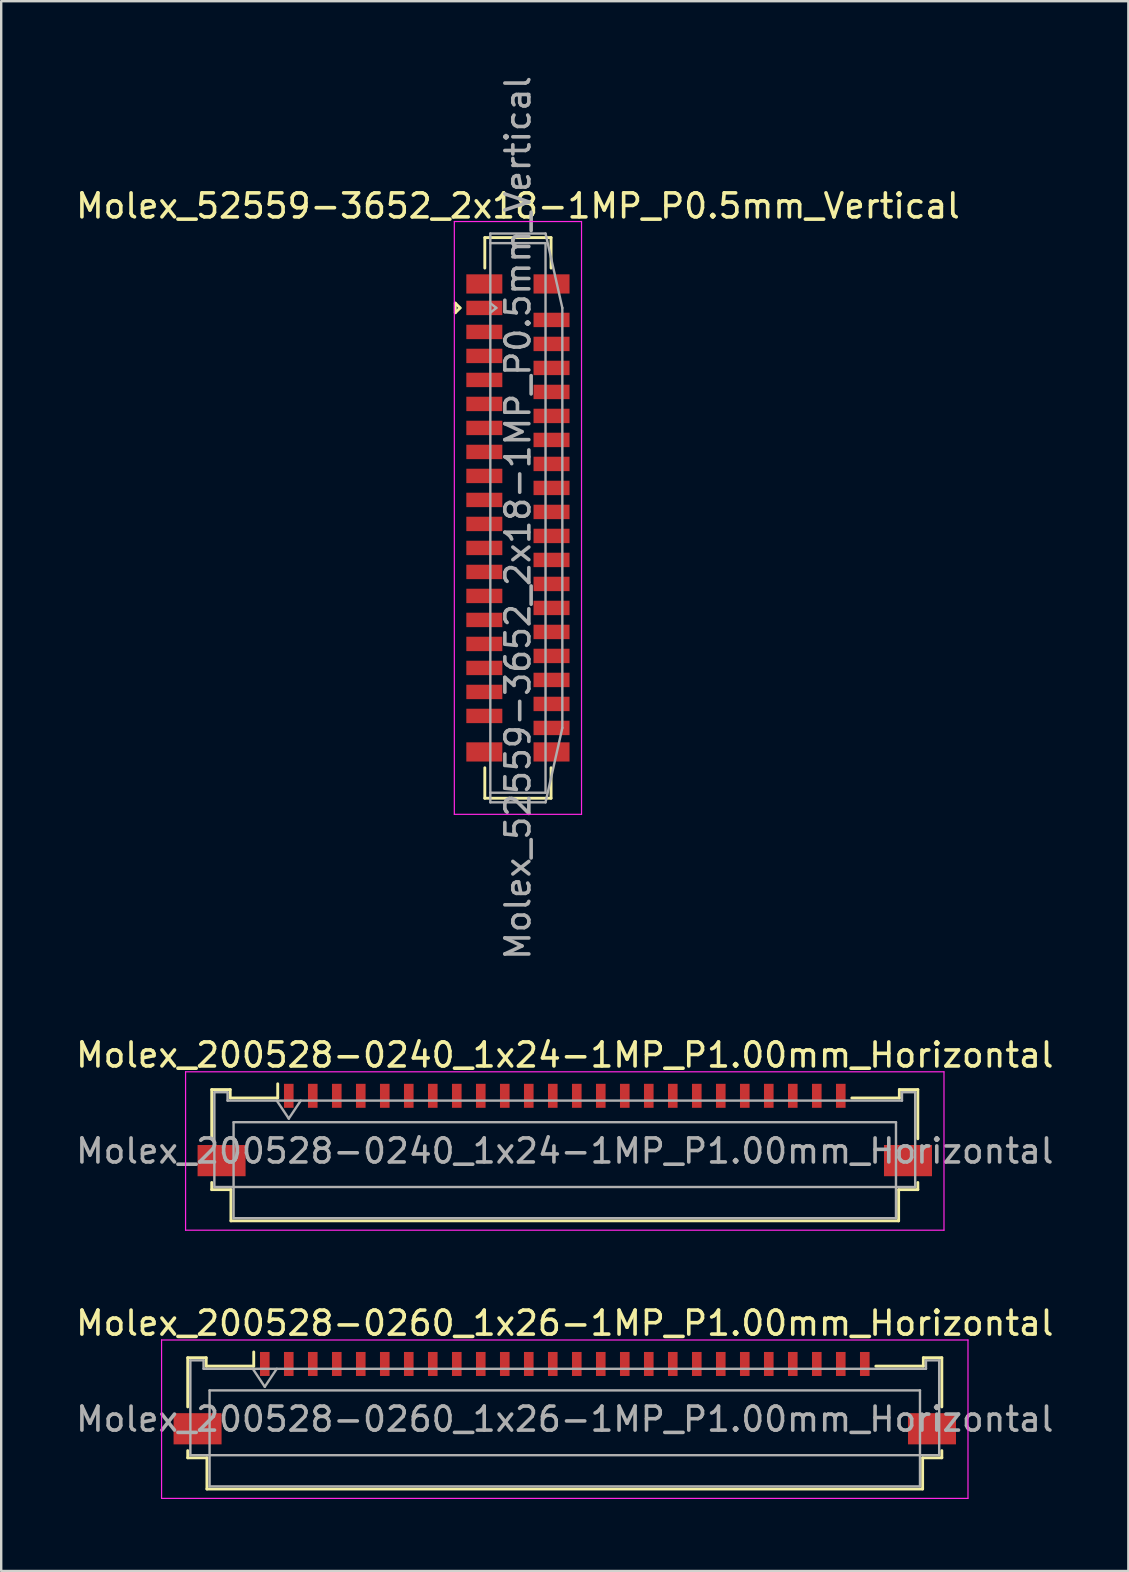
<source format=kicad_pcb>
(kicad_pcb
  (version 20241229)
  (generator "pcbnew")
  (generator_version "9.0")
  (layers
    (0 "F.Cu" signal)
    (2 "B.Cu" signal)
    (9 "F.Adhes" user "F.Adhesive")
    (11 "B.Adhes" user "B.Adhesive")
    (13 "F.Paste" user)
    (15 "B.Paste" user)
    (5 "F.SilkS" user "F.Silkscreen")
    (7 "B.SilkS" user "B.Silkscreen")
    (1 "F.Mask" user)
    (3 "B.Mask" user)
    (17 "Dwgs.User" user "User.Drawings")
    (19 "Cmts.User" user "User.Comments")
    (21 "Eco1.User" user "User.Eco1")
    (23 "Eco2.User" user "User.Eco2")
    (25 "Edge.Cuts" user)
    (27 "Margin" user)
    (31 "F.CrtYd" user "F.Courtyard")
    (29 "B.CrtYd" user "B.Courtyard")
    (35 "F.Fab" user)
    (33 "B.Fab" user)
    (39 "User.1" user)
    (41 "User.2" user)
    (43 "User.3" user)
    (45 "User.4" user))
  (footprint "Molex_52559-3652_2x18-1MP_P0.5mm_Vertical"
    (layer "F.Cu")
    (at 18.53 18.53)
    (property "Reference" "Molex_52559-3652_2x18-1MP_P0.5mm_Vertical" (at 0 -13 0) (layer "F.SilkS") (effects (font (size 1 1) (thickness 0.15))))
    (attr smd)
    (fp_line (start -2.61 -8.55) (end -2.61 -8.95) (stroke (width 0.12) (type solid)) (layer "F.SilkS"))
    (fp_line (start -2.41 -8.75) (end -2.61 -8.95) (stroke (width 0.12) (type solid)) (layer "F.SilkS"))
    (fp_line (start -2.41 -8.75) (end -2.61 -8.55) (stroke (width 0.12) (type solid)) (layer "F.SilkS"))
    (fp_line (start -1.38 -11.68) (end -1.38 -10.41) (stroke (width 0.12) (type solid)) (layer "F.SilkS"))
    (fp_line (start -1.38 11.68) (end -1.38 10.41) (stroke (width 0.12) (type solid)) (layer "F.SilkS"))
    (fp_line (start 1.38 -11.68) (end -1.38 -11.68) (stroke (width 0.12) (type solid)) (layer "F.SilkS"))
    (fp_line (start 1.38 -10.41) (end 1.38 -11.68) (stroke (width 0.12) (type solid)) (layer "F.SilkS"))
    (fp_line (start 1.38 11.68) (end -1.38 11.68) (stroke (width 0.12) (type solid)) (layer "F.SilkS"))
    (fp_line (start 1.38 11.68) (end 1.38 10.41) (stroke (width 0.12) (type solid)) (layer "F.SilkS"))
    (fp_line (start -2.65 -12.35) (end 2.65 -12.35) (stroke (width 0.05) (type solid)) (layer "F.CrtYd"))
    (fp_line (start -2.65 12.35) (end -2.65 -12.35) (stroke (width 0.05) (type solid)) (layer "F.CrtYd"))
    (fp_line (start 2.65 -12.35) (end 2.65 12.35) (stroke (width 0.05) (type solid)) (layer "F.CrtYd"))
    (fp_line (start 2.65 12.35) (end -2.65 12.35) (stroke (width 0.05) (type solid)) (layer "F.CrtYd"))
    (fp_line (start -1.15 -11.85) (end 1.15 -11.85) (stroke (width 0.1) (type solid)) (layer "F.Fab"))
    (fp_line (start -1.15 -11.45) (end 1.15 -11.45) (stroke (width 0.1) (type solid)) (layer "F.Fab"))
    (fp_line (start -1.15 -8.95) (end -0.9 -8.75) (stroke (width 0.1) (type solid)) (layer "F.Fab"))
    (fp_line (start -1.15 11.85) (end -1.15 -11.85) (stroke (width 0.1) (type solid)) (layer "F.Fab"))
    (fp_line (start -0.9 -8.75) (end -1.15 -8.55) (stroke (width 0.1) (type solid)) (layer "F.Fab"))
    (fp_line (start 1.15 -11.85) (end 1.85 -8.75) (stroke (width 0.1) (type solid)) (layer "F.Fab"))
    (fp_line (start 1.15 -11.45) (end 1.15 11.45) (stroke (width 0.1) (type solid)) (layer "F.Fab"))
    (fp_line (start 1.15 11.45) (end -1.15 11.45) (stroke (width 0.1) (type solid)) (layer "F.Fab"))
    (fp_line (start 1.15 11.85) (end -1.15 11.85) (stroke (width 0.1) (type solid)) (layer "F.Fab"))
    (fp_line (start 1.85 -8.75) (end 1.85 8.75) (stroke (width 0.1) (type solid)) (layer "F.Fab"))
    (fp_line (start 1.85 8.75) (end 1.15 11.85) (stroke (width 0.1) (type solid)) (layer "F.Fab"))
    (fp_text user "${REFERENCE}" (at 0 0 270) (layer "F.Fab") (effects (font (size 1 1) (thickness 0.15))))
    (pad "1" smd rect (at -1.4 -8.75 270) (size 0.6 1.5) (layers "F.Cu" "F.Mask" "F.Paste"))
    (pad "2" smd rect (at 1.4 -8.25 270) (size 0.6 1.5) (layers "F.Cu" "F.Mask" "F.Paste"))
    (pad "3" smd rect (at -1.4 -7.75 270) (size 0.6 1.5) (layers "F.Cu" "F.Mask" "F.Paste"))
    (pad "4" smd rect (at 1.4 -7.25 270) (size 0.6 1.5) (layers "F.Cu" "F.Mask" "F.Paste"))
    (pad "5" smd rect (at -1.4 -6.75 270) (size 0.6 1.5) (layers "F.Cu" "F.Mask" "F.Paste"))
    (pad "6" smd rect (at 1.4 -6.25 270) (size 0.6 1.5) (layers "F.Cu" "F.Mask" "F.Paste"))
    (pad "7" smd rect (at -1.4 -5.75 270) (size 0.6 1.5) (layers "F.Cu" "F.Mask" "F.Paste"))
    (pad "8" smd rect (at 1.4 -5.25 270) (size 0.6 1.5) (layers "F.Cu" "F.Mask" "F.Paste"))
    (pad "9" smd rect (at -1.4 -4.75 270) (size 0.6 1.5) (layers "F.Cu" "F.Mask" "F.Paste"))
    (pad "10" smd rect (at 1.4 -4.25 270) (size 0.6 1.5) (layers "F.Cu" "F.Mask" "F.Paste"))
    (pad "11" smd rect (at -1.4 -3.75 270) (size 0.6 1.5) (layers "F.Cu" "F.Mask" "F.Paste"))
    (pad "12" smd rect (at 1.4 -3.25 270) (size 0.6 1.5) (layers "F.Cu" "F.Mask" "F.Paste"))
    (pad "13" smd rect (at -1.4 -2.75 270) (size 0.6 1.5) (layers "F.Cu" "F.Mask" "F.Paste"))
    (pad "14" smd rect (at 1.4 -2.25 270) (size 0.6 1.5) (layers "F.Cu" "F.Mask" "F.Paste"))
    (pad "15" smd rect (at -1.4 -1.75 270) (size 0.6 1.5) (layers "F.Cu" "F.Mask" "F.Paste"))
    (pad "16" smd rect (at 1.4 -1.25 270) (size 0.6 1.5) (layers "F.Cu" "F.Mask" "F.Paste"))
    (pad "17" smd rect (at -1.4 -0.75 270) (size 0.6 1.5) (layers "F.Cu" "F.Mask" "F.Paste"))
    (pad "18" smd rect (at 1.4 -0.25 270) (size 0.6 1.5) (layers "F.Cu" "F.Mask" "F.Paste"))
    (pad "19" smd rect (at -1.4 0.25 270) (size 0.6 1.5) (layers "F.Cu" "F.Mask" "F.Paste"))
    (pad "20" smd rect (at 1.4 0.75 270) (size 0.6 1.5) (layers "F.Cu" "F.Mask" "F.Paste"))
    (pad "21" smd rect (at -1.4 1.25 270) (size 0.6 1.5) (layers "F.Cu" "F.Mask" "F.Paste"))
    (pad "22" smd rect (at 1.4 1.75 270) (size 0.6 1.5) (layers "F.Cu" "F.Mask" "F.Paste"))
    (pad "23" smd rect (at -1.4 2.25 270) (size 0.6 1.5) (layers "F.Cu" "F.Mask" "F.Paste"))
    (pad "24" smd rect (at 1.4 2.75 270) (size 0.6 1.5) (layers "F.Cu" "F.Mask" "F.Paste"))
    (pad "25" smd rect (at -1.4 3.25 270) (size 0.6 1.5) (layers "F.Cu" "F.Mask" "F.Paste"))
    (pad "26" smd rect (at 1.4 3.75 270) (size 0.6 1.5) (layers "F.Cu" "F.Mask" "F.Paste"))
    (pad "27" smd rect (at -1.4 4.25 270) (size 0.6 1.5) (layers "F.Cu" "F.Mask" "F.Paste"))
    (pad "28" smd rect (at 1.4 4.75 270) (size 0.6 1.5) (layers "F.Cu" "F.Mask" "F.Paste"))
    (pad "29" smd rect (at -1.4 5.25 270) (size 0.6 1.5) (layers "F.Cu" "F.Mask" "F.Paste"))
    (pad "30" smd rect (at 1.4 5.75 270) (size 0.6 1.5) (layers "F.Cu" "F.Mask" "F.Paste"))
    (pad "31" smd rect (at -1.4 6.25 270) (size 0.6 1.5) (layers "F.Cu" "F.Mask" "F.Paste"))
    (pad "32" smd rect (at 1.4 6.75 270) (size 0.6 1.5) (layers "F.Cu" "F.Mask" "F.Paste"))
    (pad "33" smd rect (at -1.4 7.25 270) (size 0.6 1.5) (layers "F.Cu" "F.Mask" "F.Paste"))
    (pad "34" smd rect (at 1.4 7.75 270) (size 0.6 1.5) (layers "F.Cu" "F.Mask" "F.Paste"))
    (pad "35" smd rect (at -1.4 8.25 270) (size 0.6 1.5) (layers "F.Cu" "F.Mask" "F.Paste"))
    (pad "36" smd rect (at 1.4 8.75 270) (size 0.6 1.5) (layers "F.Cu" "F.Mask" "F.Paste"))
    (pad "MP" smd rect (at -1.4 -9.75 270) (size 0.8 1.5) (layers "F.Cu" "F.Mask" "F.Paste"))
    (pad "MP" smd rect (at -1.4 9.75 270) (size 0.8 1.5) (layers "F.Cu" "F.Mask" "F.Paste"))
    (pad "MP" smd rect (at 1.4 -9.75 270) (size 0.8 1.5) (layers "F.Cu" "F.Mask" "F.Paste"))
    (pad "MP" smd rect (at 1.4 9.75 270) (size 0.8 1.5) (layers "F.Cu" "F.Mask" "F.Paste")))
  (footprint "Molex_200528-0240_1x24-1MP_P1.00mm_Horizontal"
    (layer "F.Cu")
    (at 20.482 43.518)
    (property "Reference" "Molex_200528-0240_1x24-1MP_P1.00mm_Horizontal" (at 0 -2.61 0) (layer "F.SilkS") (effects (font (size 1 1) (thickness 0.15))))
    (attr smd)
    (fp_line (start -14.71 -1.17) (end -14.71 0.88) (stroke (width 0.12) (type solid)) (layer "F.SilkS"))
    (fp_line (start -14.71 2.7) (end -14.71 3) (stroke (width 0.12) (type solid)) (layer "F.SilkS"))
    (fp_line (start -14.71 3) (end -13.91 3) (stroke (width 0.12) (type solid)) (layer "F.SilkS"))
    (fp_line (start -13.94 -1.17) (end -14.71 -1.17) (stroke (width 0.12) (type solid)) (layer "F.SilkS"))
    (fp_line (start -13.94 -0.82) (end -13.94 -1.17) (stroke (width 0.12) (type solid)) (layer "F.SilkS"))
    (fp_line (start -13.91 3) (end -13.91 4.3) (stroke (width 0.12) (type solid)) (layer "F.SilkS"))
    (fp_line (start -13.91 4.3) (end 13.91 4.3) (stroke (width 0.12) (type solid)) (layer "F.SilkS"))
    (fp_line (start -11.96 -1.41) (end -11.96 -0.82) (stroke (width 0.12) (type solid)) (layer "F.SilkS"))
    (fp_line (start -11.96 -0.82) (end -13.94 -0.82) (stroke (width 0.12) (type solid)) (layer "F.SilkS"))
    (fp_line (start 13.91 3) (end 14.71 3) (stroke (width 0.12) (type solid)) (layer "F.SilkS"))
    (fp_line (start 13.91 4.3) (end 13.91 3) (stroke (width 0.12) (type solid)) (layer "F.SilkS"))
    (fp_line (start 13.94 -1.17) (end 13.94 -0.82) (stroke (width 0.12) (type solid)) (layer "F.SilkS"))
    (fp_line (start 13.94 -0.82) (end 11.96 -0.82) (stroke (width 0.12) (type solid)) (layer "F.SilkS"))
    (fp_line (start 14.71 -1.17) (end 13.94 -1.17) (stroke (width 0.12) (type solid)) (layer "F.SilkS"))
    (fp_line (start 14.71 0.88) (end 14.71 -1.17) (stroke (width 0.12) (type solid)) (layer "F.SilkS"))
    (fp_line (start 14.71 3) (end 14.71 2.7) (stroke (width 0.12) (type solid)) (layer "F.SilkS"))
    (fp_line (start -15.8 -1.91) (end -15.8 4.69) (stroke (width 0.05) (type solid)) (layer "F.CrtYd"))
    (fp_line (start -15.8 4.69) (end 15.8 4.69) (stroke (width 0.05) (type solid)) (layer "F.CrtYd"))
    (fp_line (start 15.8 -1.91) (end -15.8 -1.91) (stroke (width 0.05) (type solid)) (layer "F.CrtYd"))
    (fp_line (start 15.8 4.69) (end 15.8 -1.91) (stroke (width 0.05) (type solid)) (layer "F.CrtYd"))
    (fp_line (start -14.6 -1.06) (end -14.6 2.89) (stroke (width 0.1) (type solid)) (layer "F.Fab"))
    (fp_line (start -14.6 2.89) (end 14.6 2.89) (stroke (width 0.1) (type solid)) (layer "F.Fab"))
    (fp_line (start -14.05 -1.06) (end -14.6 -1.06) (stroke (width 0.1) (type solid)) (layer "F.Fab"))
    (fp_line (start -14.05 -0.71) (end -14.05 -1.06) (stroke (width 0.1) (type solid)) (layer "F.Fab"))
    (fp_line (start -13.8 0.19) (end -13.8 4.19) (stroke (width 0.1) (type solid)) (layer "F.Fab"))
    (fp_line (start -13.8 4.19) (end 13.8 4.19) (stroke (width 0.1) (type solid)) (layer "F.Fab"))
    (fp_line (start -12 -0.71) (end -11.5 0.04) (stroke (width 0.1) (type solid)) (layer "F.Fab"))
    (fp_line (start -11.5 0.04) (end -11 -0.71) (stroke (width 0.1) (type solid)) (layer "F.Fab"))
    (fp_line (start 13.8 0.19) (end -13.8 0.19) (stroke (width 0.1) (type solid)) (layer "F.Fab"))
    (fp_line (start 13.8 4.19) (end 13.8 0.19) (stroke (width 0.1) (type solid)) (layer "F.Fab"))
    (fp_line (start 14.05 -1.06) (end 14.05 -0.71) (stroke (width 0.1) (type solid)) (layer "F.Fab"))
    (fp_line (start 14.05 -0.71) (end -14.05 -0.71) (stroke (width 0.1) (type solid)) (layer "F.Fab"))
    (fp_line (start 14.6 -1.06) (end 14.05 -1.06) (stroke (width 0.1) (type solid)) (layer "F.Fab"))
    (fp_line (start 14.6 2.89) (end 14.6 -1.06) (stroke (width 0.1) (type solid)) (layer "F.Fab"))
    (fp_text user "${REFERENCE}" (at 0 1.39 0) (layer "F.Fab") (effects (font (size 1 1) (thickness 0.15))))
    (pad "1" smd rect (at -11.5 -0.91) (size 0.4 1) (layers "F.Cu" "F.Mask" "F.Paste"))
    (pad "2" smd rect (at -10.5 -0.91) (size 0.4 1) (layers "F.Cu" "F.Mask" "F.Paste"))
    (pad "3" smd rect (at -9.5 -0.91) (size 0.4 1) (layers "F.Cu" "F.Mask" "F.Paste"))
    (pad "4" smd rect (at -8.5 -0.91) (size 0.4 1) (layers "F.Cu" "F.Mask" "F.Paste"))
    (pad "5" smd rect (at -7.5 -0.91) (size 0.4 1) (layers "F.Cu" "F.Mask" "F.Paste"))
    (pad "6" smd rect (at -6.5 -0.91) (size 0.4 1) (layers "F.Cu" "F.Mask" "F.Paste"))
    (pad "7" smd rect (at -5.5 -0.91) (size 0.4 1) (layers "F.Cu" "F.Mask" "F.Paste"))
    (pad "8" smd rect (at -4.5 -0.91) (size 0.4 1) (layers "F.Cu" "F.Mask" "F.Paste"))
    (pad "9" smd rect (at -3.5 -0.91) (size 0.4 1) (layers "F.Cu" "F.Mask" "F.Paste"))
    (pad "10" smd rect (at -2.5 -0.91) (size 0.4 1) (layers "F.Cu" "F.Mask" "F.Paste"))
    (pad "11" smd rect (at -1.5 -0.91) (size 0.4 1) (layers "F.Cu" "F.Mask" "F.Paste"))
    (pad "12" smd rect (at -0.5 -0.91) (size 0.4 1) (layers "F.Cu" "F.Mask" "F.Paste"))
    (pad "13" smd rect (at 0.5 -0.91) (size 0.4 1) (layers "F.Cu" "F.Mask" "F.Paste"))
    (pad "14" smd rect (at 1.5 -0.91) (size 0.4 1) (layers "F.Cu" "F.Mask" "F.Paste"))
    (pad "15" smd rect (at 2.5 -0.91) (size 0.4 1) (layers "F.Cu" "F.Mask" "F.Paste"))
    (pad "16" smd rect (at 3.5 -0.91) (size 0.4 1) (layers "F.Cu" "F.Mask" "F.Paste"))
    (pad "17" smd rect (at 4.5 -0.91) (size 0.4 1) (layers "F.Cu" "F.Mask" "F.Paste"))
    (pad "18" smd rect (at 5.5 -0.91) (size 0.4 1) (layers "F.Cu" "F.Mask" "F.Paste"))
    (pad "19" smd rect (at 6.5 -0.91) (size 0.4 1) (layers "F.Cu" "F.Mask" "F.Paste"))
    (pad "20" smd rect (at 7.5 -0.91) (size 0.4 1) (layers "F.Cu" "F.Mask" "F.Paste"))
    (pad "21" smd rect (at 8.5 -0.91) (size 0.4 1) (layers "F.Cu" "F.Mask" "F.Paste"))
    (pad "22" smd rect (at 9.5 -0.91) (size 0.4 1) (layers "F.Cu" "F.Mask" "F.Paste"))
    (pad "23" smd rect (at 10.5 -0.91) (size 0.4 1) (layers "F.Cu" "F.Mask" "F.Paste"))
    (pad "24" smd rect (at 11.5 -0.91) (size 0.4 1) (layers "F.Cu" "F.Mask" "F.Paste"))
    (pad "MP" smd rect (at -14.3 1.79) (size 2 1.3) (layers "F.Cu" "F.Mask" "F.Paste"))
    (pad "MP" smd rect (at 14.3 1.79) (size 2 1.3) (layers "F.Cu" "F.Mask" "F.Paste")))
  (footprint "Molex_200528-0260_1x26-1MP_P1.00mm_Horizontal"
    (layer "F.Cu")
    (at 20.482 54.691)
    (property "Reference" "Molex_200528-0260_1x26-1MP_P1.00mm_Horizontal" (at 0 -2.61 0) (layer "F.SilkS") (effects (font (size 1 1) (thickness 0.15))))
    (attr smd)
    (fp_line (start -15.71 -1.17) (end -15.71 0.88) (stroke (width 0.12) (type solid)) (layer "F.SilkS"))
    (fp_line (start -15.71 2.7) (end -15.71 3) (stroke (width 0.12) (type solid)) (layer "F.SilkS"))
    (fp_line (start -15.71 3) (end -14.91 3) (stroke (width 0.12) (type solid)) (layer "F.SilkS"))
    (fp_line (start -14.94 -1.17) (end -15.71 -1.17) (stroke (width 0.12) (type solid)) (layer "F.SilkS"))
    (fp_line (start -14.94 -0.82) (end -14.94 -1.17) (stroke (width 0.12) (type solid)) (layer "F.SilkS"))
    (fp_line (start -14.91 3) (end -14.91 4.3) (stroke (width 0.12) (type solid)) (layer "F.SilkS"))
    (fp_line (start -14.91 4.3) (end 14.91 4.3) (stroke (width 0.12) (type solid)) (layer "F.SilkS"))
    (fp_line (start -12.96 -1.41) (end -12.96 -0.82) (stroke (width 0.12) (type solid)) (layer "F.SilkS"))
    (fp_line (start -12.96 -0.82) (end -14.94 -0.82) (stroke (width 0.12) (type solid)) (layer "F.SilkS"))
    (fp_line (start 14.91 3) (end 15.71 3) (stroke (width 0.12) (type solid)) (layer "F.SilkS"))
    (fp_line (start 14.91 4.3) (end 14.91 3) (stroke (width 0.12) (type solid)) (layer "F.SilkS"))
    (fp_line (start 14.94 -1.17) (end 14.94 -0.82) (stroke (width 0.12) (type solid)) (layer "F.SilkS"))
    (fp_line (start 14.94 -0.82) (end 12.96 -0.82) (stroke (width 0.12) (type solid)) (layer "F.SilkS"))
    (fp_line (start 15.71 -1.17) (end 14.94 -1.17) (stroke (width 0.12) (type solid)) (layer "F.SilkS"))
    (fp_line (start 15.71 0.88) (end 15.71 -1.17) (stroke (width 0.12) (type solid)) (layer "F.SilkS"))
    (fp_line (start 15.71 3) (end 15.71 2.7) (stroke (width 0.12) (type solid)) (layer "F.SilkS"))
    (fp_line (start -16.8 -1.91) (end -16.8 4.69) (stroke (width 0.05) (type solid)) (layer "F.CrtYd"))
    (fp_line (start -16.8 4.69) (end 16.8 4.69) (stroke (width 0.05) (type solid)) (layer "F.CrtYd"))
    (fp_line (start 16.8 -1.91) (end -16.8 -1.91) (stroke (width 0.05) (type solid)) (layer "F.CrtYd"))
    (fp_line (start 16.8 4.69) (end 16.8 -1.91) (stroke (width 0.05) (type solid)) (layer "F.CrtYd"))
    (fp_line (start -15.6 -1.06) (end -15.6 2.89) (stroke (width 0.1) (type solid)) (layer "F.Fab"))
    (fp_line (start -15.6 2.89) (end 15.6 2.89) (stroke (width 0.1) (type solid)) (layer "F.Fab"))
    (fp_line (start -15.05 -1.06) (end -15.6 -1.06) (stroke (width 0.1) (type solid)) (layer "F.Fab"))
    (fp_line (start -15.05 -0.71) (end -15.05 -1.06) (stroke (width 0.1) (type solid)) (layer "F.Fab"))
    (fp_line (start -14.8 0.19) (end -14.8 4.19) (stroke (width 0.1) (type solid)) (layer "F.Fab"))
    (fp_line (start -14.8 4.19) (end 14.8 4.19) (stroke (width 0.1) (type solid)) (layer "F.Fab"))
    (fp_line (start -13 -0.71) (end -12.5 0.04) (stroke (width 0.1) (type solid)) (layer "F.Fab"))
    (fp_line (start -12.5 0.04) (end -12 -0.71) (stroke (width 0.1) (type solid)) (layer "F.Fab"))
    (fp_line (start 14.8 0.19) (end -14.8 0.19) (stroke (width 0.1) (type solid)) (layer "F.Fab"))
    (fp_line (start 14.8 4.19) (end 14.8 0.19) (stroke (width 0.1) (type solid)) (layer "F.Fab"))
    (fp_line (start 15.05 -1.06) (end 15.05 -0.71) (stroke (width 0.1) (type solid)) (layer "F.Fab"))
    (fp_line (start 15.05 -0.71) (end -15.05 -0.71) (stroke (width 0.1) (type solid)) (layer "F.Fab"))
    (fp_line (start 15.6 -1.06) (end 15.05 -1.06) (stroke (width 0.1) (type solid)) (layer "F.Fab"))
    (fp_line (start 15.6 2.89) (end 15.6 -1.06) (stroke (width 0.1) (type solid)) (layer "F.Fab"))
    (fp_text user "${REFERENCE}" (at 0 1.39 0) (layer "F.Fab") (effects (font (size 1 1) (thickness 0.15))))
    (pad "1" smd rect (at -12.5 -0.91) (size 0.4 1) (layers "F.Cu" "F.Mask" "F.Paste"))
    (pad "2" smd rect (at -11.5 -0.91) (size 0.4 1) (layers "F.Cu" "F.Mask" "F.Paste"))
    (pad "3" smd rect (at -10.5 -0.91) (size 0.4 1) (layers "F.Cu" "F.Mask" "F.Paste"))
    (pad "4" smd rect (at -9.5 -0.91) (size 0.4 1) (layers "F.Cu" "F.Mask" "F.Paste"))
    (pad "5" smd rect (at -8.5 -0.91) (size 0.4 1) (layers "F.Cu" "F.Mask" "F.Paste"))
    (pad "6" smd rect (at -7.5 -0.91) (size 0.4 1) (layers "F.Cu" "F.Mask" "F.Paste"))
    (pad "7" smd rect (at -6.5 -0.91) (size 0.4 1) (layers "F.Cu" "F.Mask" "F.Paste"))
    (pad "8" smd rect (at -5.5 -0.91) (size 0.4 1) (layers "F.Cu" "F.Mask" "F.Paste"))
    (pad "9" smd rect (at -4.5 -0.91) (size 0.4 1) (layers "F.Cu" "F.Mask" "F.Paste"))
    (pad "10" smd rect (at -3.5 -0.91) (size 0.4 1) (layers "F.Cu" "F.Mask" "F.Paste"))
    (pad "11" smd rect (at -2.5 -0.91) (size 0.4 1) (layers "F.Cu" "F.Mask" "F.Paste"))
    (pad "12" smd rect (at -1.5 -0.91) (size 0.4 1) (layers "F.Cu" "F.Mask" "F.Paste"))
    (pad "13" smd rect (at -0.5 -0.91) (size 0.4 1) (layers "F.Cu" "F.Mask" "F.Paste"))
    (pad "14" smd rect (at 0.5 -0.91) (size 0.4 1) (layers "F.Cu" "F.Mask" "F.Paste"))
    (pad "15" smd rect (at 1.5 -0.91) (size 0.4 1) (layers "F.Cu" "F.Mask" "F.Paste"))
    (pad "16" smd rect (at 2.5 -0.91) (size 0.4 1) (layers "F.Cu" "F.Mask" "F.Paste"))
    (pad "17" smd rect (at 3.5 -0.91) (size 0.4 1) (layers "F.Cu" "F.Mask" "F.Paste"))
    (pad "18" smd rect (at 4.5 -0.91) (size 0.4 1) (layers "F.Cu" "F.Mask" "F.Paste"))
    (pad "19" smd rect (at 5.5 -0.91) (size 0.4 1) (layers "F.Cu" "F.Mask" "F.Paste"))
    (pad "20" smd rect (at 6.5 -0.91) (size 0.4 1) (layers "F.Cu" "F.Mask" "F.Paste"))
    (pad "21" smd rect (at 7.5 -0.91) (size 0.4 1) (layers "F.Cu" "F.Mask" "F.Paste"))
    (pad "22" smd rect (at 8.5 -0.91) (size 0.4 1) (layers "F.Cu" "F.Mask" "F.Paste"))
    (pad "23" smd rect (at 9.5 -0.91) (size 0.4 1) (layers "F.Cu" "F.Mask" "F.Paste"))
    (pad "24" smd rect (at 10.5 -0.91) (size 0.4 1) (layers "F.Cu" "F.Mask" "F.Paste"))
    (pad "25" smd rect (at 11.5 -0.91) (size 0.4 1) (layers "F.Cu" "F.Mask" "F.Paste"))
    (pad "26" smd rect (at 12.5 -0.91) (size 0.4 1) (layers "F.Cu" "F.Mask" "F.Paste"))
    (pad "MP" smd rect (at -15.3 1.79) (size 2 1.3) (layers "F.Cu" "F.Mask" "F.Paste"))
    (pad "MP" smd rect (at 15.3 1.79) (size 2 1.3) (layers "F.Cu" "F.Mask" "F.Paste")))
  (gr_rect
    (start -3 -3)
    (end 43.964 62.406)
    (stroke (width 0.1) (type default))
    (fill no)
    (layer "Edge.Cuts")))
</source>
